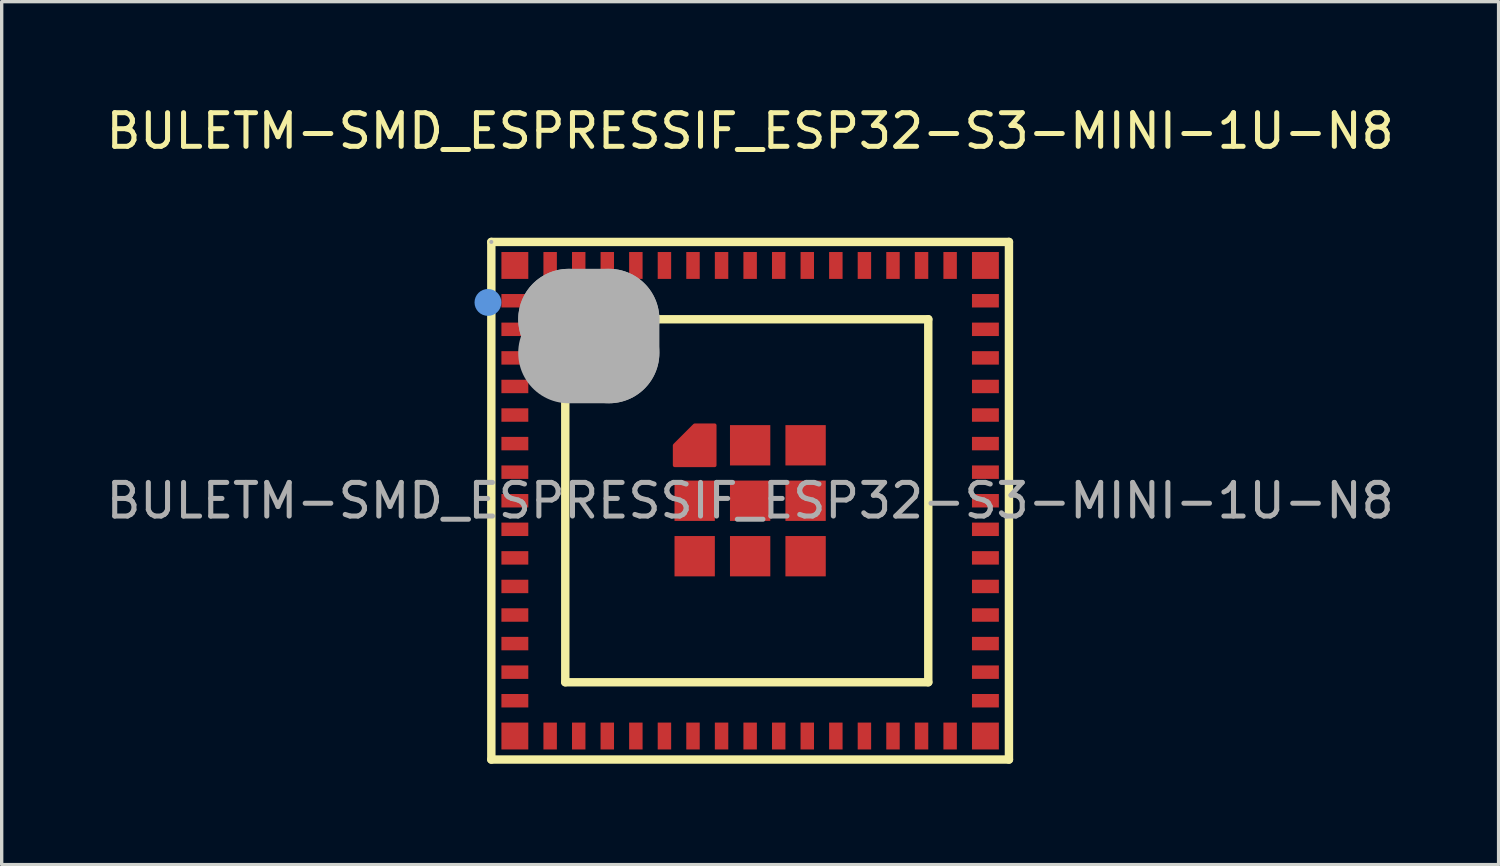
<source format=kicad_pcb>
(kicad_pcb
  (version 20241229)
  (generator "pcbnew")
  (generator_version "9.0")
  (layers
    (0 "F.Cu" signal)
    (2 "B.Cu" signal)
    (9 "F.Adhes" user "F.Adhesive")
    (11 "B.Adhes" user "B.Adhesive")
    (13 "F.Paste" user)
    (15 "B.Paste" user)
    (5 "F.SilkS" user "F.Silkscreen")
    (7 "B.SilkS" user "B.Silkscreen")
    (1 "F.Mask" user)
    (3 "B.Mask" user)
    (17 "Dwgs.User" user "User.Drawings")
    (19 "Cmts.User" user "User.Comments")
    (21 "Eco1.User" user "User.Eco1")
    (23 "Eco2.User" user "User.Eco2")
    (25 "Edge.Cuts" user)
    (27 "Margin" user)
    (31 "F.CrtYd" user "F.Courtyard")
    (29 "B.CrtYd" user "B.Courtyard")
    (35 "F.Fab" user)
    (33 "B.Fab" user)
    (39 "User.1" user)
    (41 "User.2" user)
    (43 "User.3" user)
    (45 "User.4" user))
  (footprint "BULETM-SMD_ESPRESSIF_ESP32-S3-MINI-1U-N8"
    (layer "F.Cu")
    (at 19.268 11.848)
    (property "Reference" "BULETM-SMD_ESPRESSIF_ESP32-S3-MINI-1U-N8" (at 0 -11 0) (layer "F.SilkS") (effects (font (size 1 1) (thickness 0.15))))
    (attr smd)
    (fp_line (start -7.7 -7.7) (end 7.7 -7.7) (stroke (width 0.25) (type solid)) (layer "F.SilkS"))
    (fp_line (start -7.7 7.7) (end -7.7 -7.7) (stroke (width 0.25) (type solid)) (layer "F.SilkS"))
    (fp_line (start -5.5 -3.7) (end -3.5 -3.7) (stroke (width 0.25) (type solid)) (layer "F.SilkS"))
    (fp_line (start -5.5 -3.5) (end -5.5 -3.7) (stroke (width 0.25) (type solid)) (layer "F.SilkS"))
    (fp_line (start -5.5 5.4) (end -5.5 -3.5) (stroke (width 0.25) (type solid)) (layer "F.SilkS"))
    (fp_line (start -3.5 -5.4) (end 5.3 -5.4) (stroke (width 0.25) (type solid)) (layer "F.SilkS"))
    (fp_line (start -3.5 -3.7) (end -3.5 -5.4) (stroke (width 0.25) (type solid)) (layer "F.SilkS"))
    (fp_line (start 5.3 -5.4) (end 5.3 5.4) (stroke (width 0.25) (type solid)) (layer "F.SilkS"))
    (fp_line (start 5.3 5.4) (end -5.5 5.4) (stroke (width 0.25) (type solid)) (layer "F.SilkS"))
    (fp_line (start 7.7 -7.7) (end 7.7 7.7) (stroke (width 0.25) (type solid)) (layer "F.SilkS"))
    (fp_line (start 7.7 7.7) (end -7.7 7.7) (stroke (width 0.25) (type solid)) (layer "F.SilkS"))
    (fp_circle (center -7.8 -5.9) (end -7.6 -5.9) (stroke (width 0.4) (type solid)) (fill no) (layer "Cmts.User"))
    (fp_line (start -5.4 -5.4) (end -5.4 -5.4) (stroke (width 3) (type solid)) (layer "F.Fab"))
    (fp_line (start -5.4 -5.4) (end -4.2 -5.4) (stroke (width 3) (type solid)) (layer "F.Fab"))
    (fp_line (start -4.2 -5.4) (end -4.2 -4.4) (stroke (width 3) (type solid)) (layer "F.Fab"))
    (fp_line (start -4.2 -4.4) (end -5.4 -4.4) (stroke (width 3) (type solid)) (layer "F.Fab"))
    (fp_circle (center -7.7 -7.7) (end -7.67 -7.7) (stroke (width 0.06) (type solid)) (fill no) (layer "F.Fab"))
    (fp_text user "${REFERENCE}" (at 0 0 0) (layer "F.Fab") (effects (font (size 1 1) (thickness 0.15))))
    (pad "1" smd rect (at -7 -5.95 90) (size 0.4 0.8) (layers "F.Cu" "F.Mask" "F.Paste"))
    (pad "2" smd rect (at -7 -5.1 90) (size 0.4 0.8) (layers "F.Cu" "F.Mask" "F.Paste"))
    (pad "3" smd rect (at -7 -4.25 90) (size 0.4 0.8) (layers "F.Cu" "F.Mask" "F.Paste"))
    (pad "4" smd rect (at -7 -3.4 90) (size 0.4 0.8) (layers "F.Cu" "F.Mask" "F.Paste"))
    (pad "5" smd rect (at -7 -2.55 90) (size 0.4 0.8) (layers "F.Cu" "F.Mask" "F.Paste"))
    (pad "6" smd rect (at -7 -1.7 90) (size 0.4 0.8) (layers "F.Cu" "F.Mask" "F.Paste"))
    (pad "7" smd rect (at -7 -0.85 90) (size 0.4 0.8) (layers "F.Cu" "F.Mask" "F.Paste"))
    (pad "8" smd rect (at -7 0 90) (size 0.4 0.8) (layers "F.Cu" "F.Mask" "F.Paste"))
    (pad "9" smd rect (at -7 0.85 90) (size 0.4 0.8) (layers "F.Cu" "F.Mask" "F.Paste"))
    (pad "10" smd rect (at -7 1.7 90) (size 0.4 0.8) (layers "F.Cu" "F.Mask" "F.Paste"))
    (pad "11" smd rect (at -7 2.55 90) (size 0.4 0.8) (layers "F.Cu" "F.Mask" "F.Paste"))
    (pad "12" smd rect (at -7 3.4 90) (size 0.4 0.8) (layers "F.Cu" "F.Mask" "F.Paste"))
    (pad "13" smd rect (at -7 4.25 90) (size 0.4 0.8) (layers "F.Cu" "F.Mask" "F.Paste"))
    (pad "14" smd rect (at -7 5.1 90) (size 0.4 0.8) (layers "F.Cu" "F.Mask" "F.Paste"))
    (pad "15" smd rect (at -7 5.95 90) (size 0.4 0.8) (layers "F.Cu" "F.Mask" "F.Paste"))
    (pad "16" smd rect (at -5.95 7 180) (size 0.4 0.8) (layers "F.Cu" "F.Mask" "F.Paste"))
    (pad "17" smd rect (at -5.1 7 180) (size 0.4 0.8) (layers "F.Cu" "F.Mask" "F.Paste"))
    (pad "18" smd rect (at -4.25 7 180) (size 0.4 0.8) (layers "F.Cu" "F.Mask" "F.Paste"))
    (pad "19" smd rect (at -3.4 7 180) (size 0.4 0.8) (layers "F.Cu" "F.Mask" "F.Paste"))
    (pad "20" smd rect (at -2.55 7 180) (size 0.4 0.8) (layers "F.Cu" "F.Mask" "F.Paste"))
    (pad "21" smd rect (at -1.7 7 180) (size 0.4 0.8) (layers "F.Cu" "F.Mask" "F.Paste"))
    (pad "22" smd rect (at -0.85 7 180) (size 0.4 0.8) (layers "F.Cu" "F.Mask" "F.Paste"))
    (pad "23" smd rect (at 0 7 180) (size 0.4 0.8) (layers "F.Cu" "F.Mask" "F.Paste"))
    (pad "24" smd rect (at 0.85 7 180) (size 0.4 0.8) (layers "F.Cu" "F.Mask" "F.Paste"))
    (pad "25" smd rect (at 1.7 7 180) (size 0.4 0.8) (layers "F.Cu" "F.Mask" "F.Paste"))
    (pad "26" smd rect (at 2.55 7 180) (size 0.4 0.8) (layers "F.Cu" "F.Mask" "F.Paste"))
    (pad "27" smd rect (at 3.4 7 180) (size 0.4 0.8) (layers "F.Cu" "F.Mask" "F.Paste"))
    (pad "28" smd rect (at 4.25 7 180) (size 0.4 0.8) (layers "F.Cu" "F.Mask" "F.Paste"))
    (pad "29" smd rect (at 5.1 7 180) (size 0.4 0.8) (layers "F.Cu" "F.Mask" "F.Paste"))
    (pad "30" smd rect (at 5.95 7 180) (size 0.4 0.8) (layers "F.Cu" "F.Mask" "F.Paste"))
    (pad "31" smd rect (at 7 5.95 90) (size 0.4 0.8) (layers "F.Cu" "F.Mask" "F.Paste"))
    (pad "32" smd rect (at 7 5.1 90) (size 0.4 0.8) (layers "F.Cu" "F.Mask" "F.Paste"))
    (pad "33" smd rect (at 7 4.25 90) (size 0.4 0.8) (layers "F.Cu" "F.Mask" "F.Paste"))
    (pad "34" smd rect (at 7 3.4 90) (size 0.4 0.8) (layers "F.Cu" "F.Mask" "F.Paste"))
    (pad "35" smd rect (at 7 2.55 90) (size 0.4 0.8) (layers "F.Cu" "F.Mask" "F.Paste"))
    (pad "36" smd rect (at 7 1.7 90) (size 0.4 0.8) (layers "F.Cu" "F.Mask" "F.Paste"))
    (pad "37" smd rect (at 7 0.85 90) (size 0.4 0.8) (layers "F.Cu" "F.Mask" "F.Paste"))
    (pad "38" smd rect (at 7 0 90) (size 0.4 0.8) (layers "F.Cu" "F.Mask" "F.Paste"))
    (pad "39" smd rect (at 7 -0.85 90) (size 0.4 0.8) (layers "F.Cu" "F.Mask" "F.Paste"))
    (pad "40" smd rect (at 7 -1.7 90) (size 0.4 0.8) (layers "F.Cu" "F.Mask" "F.Paste"))
    (pad "41" smd rect (at 7 -2.55 90) (size 0.4 0.8) (layers "F.Cu" "F.Mask" "F.Paste"))
    (pad "42" smd rect (at 7 -3.4 90) (size 0.4 0.8) (layers "F.Cu" "F.Mask" "F.Paste"))
    (pad "43" smd rect (at 7 -4.25 90) (size 0.4 0.8) (layers "F.Cu" "F.Mask" "F.Paste"))
    (pad "44" smd rect (at 7 -5.1 90) (size 0.4 0.8) (layers "F.Cu" "F.Mask" "F.Paste"))
    (pad "45" smd rect (at 7 -5.95 90) (size 0.4 0.8) (layers "F.Cu" "F.Mask" "F.Paste"))
    (pad "46" smd rect (at 5.95 -7 180) (size 0.4 0.8) (layers "F.Cu" "F.Mask" "F.Paste"))
    (pad "47" smd rect (at 5.1 -7 180) (size 0.4 0.8) (layers "F.Cu" "F.Mask" "F.Paste"))
    (pad "48" smd rect (at 4.25 -7 180) (size 0.4 0.8) (layers "F.Cu" "F.Mask" "F.Paste"))
    (pad "49" smd rect (at 3.4 -7 180) (size 0.4 0.8) (layers "F.Cu" "F.Mask" "F.Paste"))
    (pad "50" smd rect (at 2.55 -7 180) (size 0.4 0.8) (layers "F.Cu" "F.Mask" "F.Paste"))
    (pad "51" smd rect (at 1.7 -7 180) (size 0.4 0.8) (layers "F.Cu" "F.Mask" "F.Paste"))
    (pad "52" smd rect (at 0.85 -7 180) (size 0.4 0.8) (layers "F.Cu" "F.Mask" "F.Paste"))
    (pad "53" smd rect (at 0 -7 180) (size 0.4 0.8) (layers "F.Cu" "F.Mask" "F.Paste"))
    (pad "54" smd rect (at -0.85 -7 180) (size 0.4 0.8) (layers "F.Cu" "F.Mask" "F.Paste"))
    (pad "55" smd rect (at -1.7 -7 180) (size 0.4 0.8) (layers "F.Cu" "F.Mask" "F.Paste"))
    (pad "56" smd rect (at -2.55 -7 180) (size 0.4 0.8) (layers "F.Cu" "F.Mask" "F.Paste"))
    (pad "57" smd rect (at -3.4 -7 180) (size 0.4 0.8) (layers "F.Cu" "F.Mask" "F.Paste"))
    (pad "58" smd rect (at -4.25 -7 180) (size 0.4 0.8) (layers "F.Cu" "F.Mask" "F.Paste"))
    (pad "59" smd rect (at -5.1 -7 180) (size 0.4 0.8) (layers "F.Cu" "F.Mask" "F.Paste"))
    (pad "60" smd rect (at -5.95 -7 180) (size 0.4 0.8) (layers "F.Cu" "F.Mask" "F.Paste"))
    (pad "61" smd custom (at -1.65 -1.65) (size 0.01 0.01) (layers "F.Cu" "F.Mask" "F.Paste") (options (anchor circle)) (primitives (gr_poly (pts (xy 0.6 0.6) (xy 0.6 -0.6) (xy 0 -0.6) (xy -0.6 0) (xy -0.6 0.6) (xy 0.6 0.6)) (width 0.1) (fill yes))))
    (pad "61" smd rect (at -1.65 0) (size 1.2 1.2) (layers "F.Cu" "F.Mask" "F.Paste"))
    (pad "61" smd rect (at -1.65 1.65) (size 1.2 1.2) (layers "F.Cu" "F.Mask" "F.Paste"))
    (pad "61" smd rect (at 0 -1.65) (size 1.2 1.2) (layers "F.Cu" "F.Mask" "F.Paste"))
    (pad "61" smd rect (at 0 0) (size 1.2 1.2) (layers "F.Cu" "F.Mask" "F.Paste"))
    (pad "61" smd rect (at 0 1.65) (size 1.2 1.2) (layers "F.Cu" "F.Mask" "F.Paste"))
    (pad "61" smd rect (at 1.65 -1.65) (size 1.2 1.2) (layers "F.Cu" "F.Mask" "F.Paste"))
    (pad "61" smd rect (at 1.65 0) (size 1.2 1.2) (layers "F.Cu" "F.Mask" "F.Paste"))
    (pad "61" smd rect (at 1.65 1.65) (size 1.2 1.2) (layers "F.Cu" "F.Mask" "F.Paste"))
    (pad "62" smd rect (at -7 -7 90) (size 0.8 0.8) (layers "F.Cu" "F.Mask" "F.Paste"))
    (pad "63" smd rect (at -7 7 90) (size 0.8 0.8) (layers "F.Cu" "F.Mask" "F.Paste"))
    (pad "64" smd rect (at 7 7 90) (size 0.8 0.8) (layers "F.Cu" "F.Mask" "F.Paste"))
    (pad "65" smd rect (at 7 -7 90) (size 0.8 0.8) (layers "F.Cu" "F.Mask" "F.Paste")))
  (gr_rect
    (start -3 -3)
    (end 41.536 22.673)
    (stroke (width 0.1) (type default))
    (fill no)
    (layer "Edge.Cuts")))
</source>
